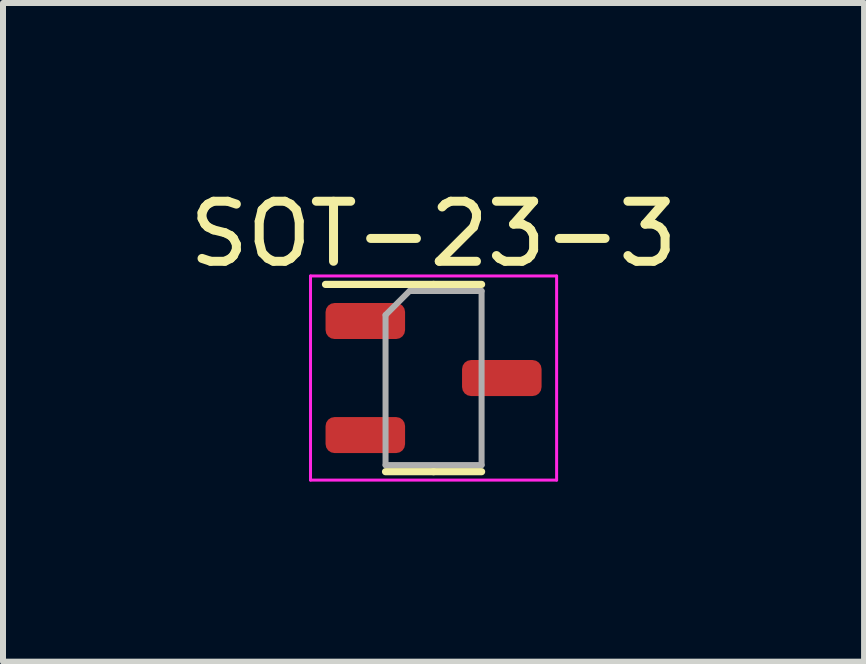
<source format=kicad_pcb>
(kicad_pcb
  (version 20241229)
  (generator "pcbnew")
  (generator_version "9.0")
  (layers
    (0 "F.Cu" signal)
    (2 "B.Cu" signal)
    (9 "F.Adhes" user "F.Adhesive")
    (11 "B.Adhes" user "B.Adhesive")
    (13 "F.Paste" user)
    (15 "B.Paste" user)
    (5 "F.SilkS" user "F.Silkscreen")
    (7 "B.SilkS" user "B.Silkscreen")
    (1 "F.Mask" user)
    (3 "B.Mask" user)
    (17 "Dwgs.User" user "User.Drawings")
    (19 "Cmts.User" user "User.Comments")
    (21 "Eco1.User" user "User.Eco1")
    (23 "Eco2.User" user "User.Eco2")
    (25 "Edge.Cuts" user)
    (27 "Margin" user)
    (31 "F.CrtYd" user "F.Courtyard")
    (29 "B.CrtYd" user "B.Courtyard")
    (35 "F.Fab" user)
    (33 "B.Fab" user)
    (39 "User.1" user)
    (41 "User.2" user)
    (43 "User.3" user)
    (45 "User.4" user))
  (footprint "SOT-23-3"
    (layer "F.Cu")
    (at 4.173 3.248)
    (property "Reference" "SOT-23-3" (at 0 -2.4 0) (layer "F.SilkS") (effects (font (size 1 1) (thickness 0.15))))
    (attr smd)
    (fp_line (start 0 -1.56) (end -1.8 -1.56) (stroke (width 0.12) (type solid)) (layer "F.SilkS"))
    (fp_line (start 0 -1.56) (end 0.8 -1.56) (stroke (width 0.12) (type solid)) (layer "F.SilkS"))
    (fp_line (start 0 1.56) (end -0.8 1.56) (stroke (width 0.12) (type solid)) (layer "F.SilkS"))
    (fp_line (start 0 1.56) (end 0.8 1.56) (stroke (width 0.12) (type solid)) (layer "F.SilkS"))
    (fp_line (start -2.05 -1.7) (end -2.05 1.7) (stroke (width 0.05) (type solid)) (layer "F.CrtYd"))
    (fp_line (start -2.05 1.7) (end 2.05 1.7) (stroke (width 0.05) (type solid)) (layer "F.CrtYd"))
    (fp_line (start 2.05 -1.7) (end -2.05 -1.7) (stroke (width 0.05) (type solid)) (layer "F.CrtYd"))
    (fp_line (start 2.05 1.7) (end 2.05 -1.7) (stroke (width 0.05) (type solid)) (layer "F.CrtYd"))
    (fp_line (start -0.8 -1.05) (end -0.4 -1.45) (stroke (width 0.1) (type solid)) (layer "F.Fab"))
    (fp_line (start -0.8 1.45) (end -0.8 -1.05) (stroke (width 0.1) (type solid)) (layer "F.Fab"))
    (fp_line (start -0.4 -1.45) (end 0.8 -1.45) (stroke (width 0.1) (type solid)) (layer "F.Fab"))
    (fp_line (start 0.8 -1.45) (end 0.8 1.45) (stroke (width 0.1) (type solid)) (layer "F.Fab"))
    (fp_line (start 0.8 1.45) (end -0.8 1.45) (stroke (width 0.1) (type solid)) (layer "F.Fab"))
    (pad "1" smd roundrect (at -1.137 -0.95) (size 1.325 0.6) (layers "F.Cu" "F.Mask" "F.Paste") (roundrect_rratio 0.25))
    (pad "2" smd roundrect (at -1.137 0.95) (size 1.325 0.6) (layers "F.Cu" "F.Mask" "F.Paste") (roundrect_rratio 0.25))
    (pad "3" smd roundrect (at 1.137 0) (size 1.325 0.6) (layers "F.Cu" "F.Mask" "F.Paste") (roundrect_rratio 0.25)))
  (gr_rect
    (start -3 -3)
    (end 11.345 7.973)
    (stroke (width 0.1) (type default))
    (fill no)
    (layer "Edge.Cuts")))
</source>
